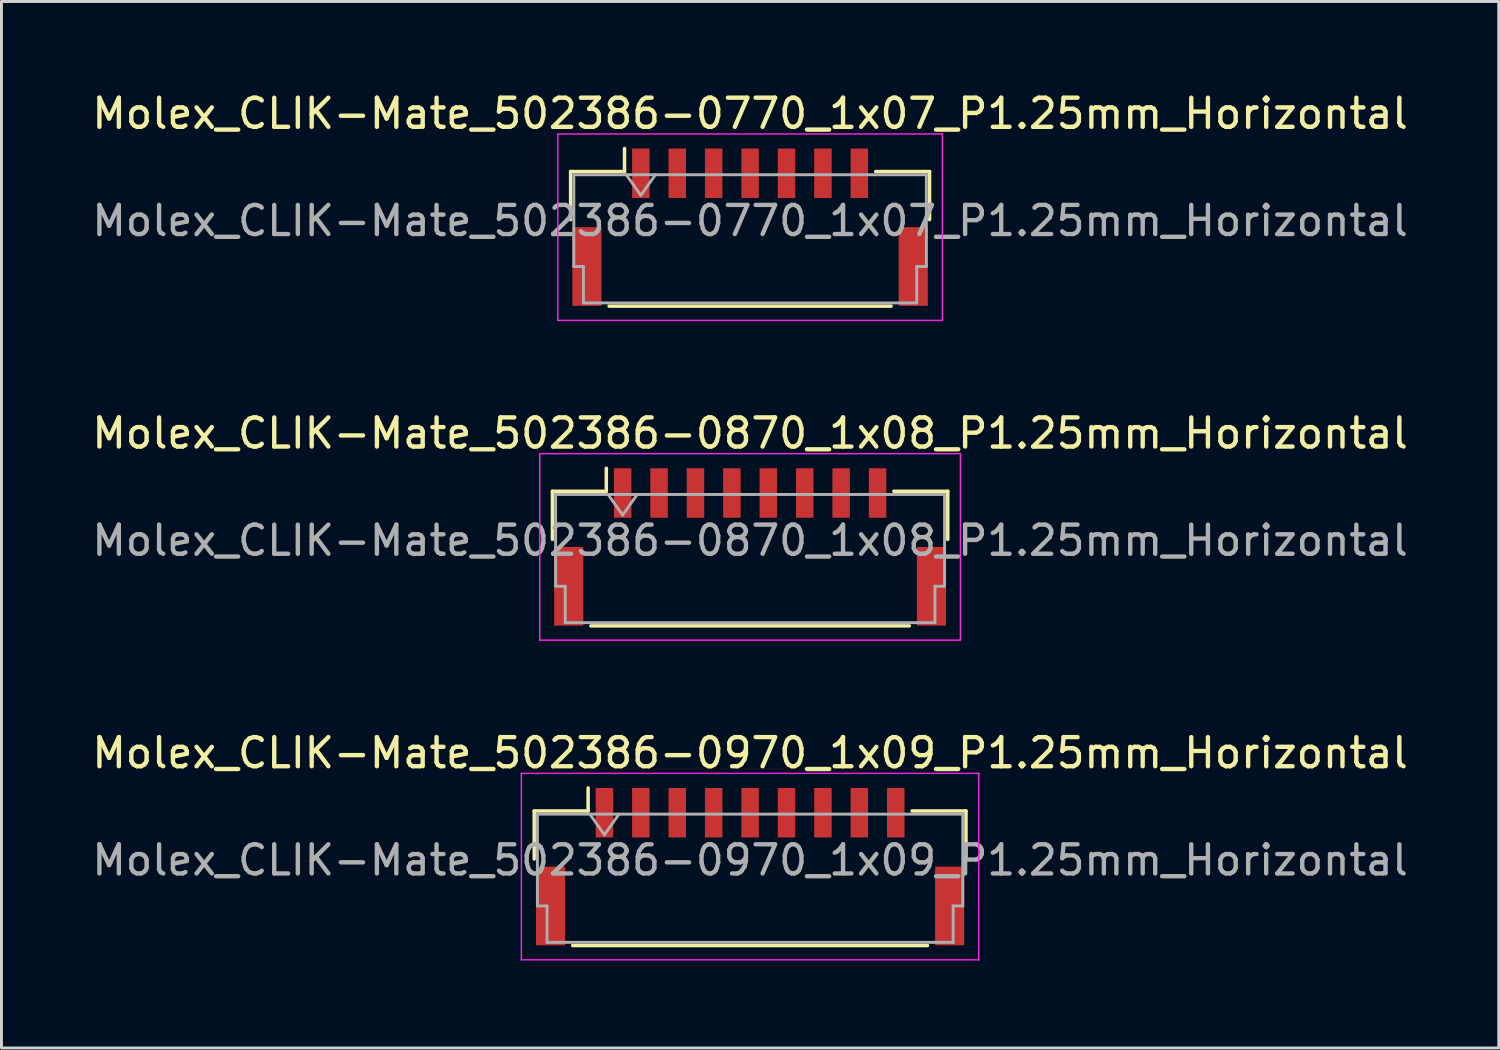
<source format=kicad_pcb>
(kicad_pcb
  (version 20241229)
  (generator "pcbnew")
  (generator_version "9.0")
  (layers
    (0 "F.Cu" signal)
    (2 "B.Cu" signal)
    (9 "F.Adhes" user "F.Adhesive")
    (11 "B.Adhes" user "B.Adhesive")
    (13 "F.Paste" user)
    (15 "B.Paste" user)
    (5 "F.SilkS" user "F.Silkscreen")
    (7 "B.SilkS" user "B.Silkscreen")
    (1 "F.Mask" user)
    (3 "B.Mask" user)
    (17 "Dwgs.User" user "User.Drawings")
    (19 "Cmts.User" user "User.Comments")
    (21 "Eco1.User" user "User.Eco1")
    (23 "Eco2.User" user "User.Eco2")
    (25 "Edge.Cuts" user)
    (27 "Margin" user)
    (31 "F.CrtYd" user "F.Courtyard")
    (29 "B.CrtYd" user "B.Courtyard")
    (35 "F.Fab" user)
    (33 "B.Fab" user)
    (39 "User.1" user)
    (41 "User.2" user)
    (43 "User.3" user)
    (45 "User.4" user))
  (footprint "Molex_CLIK-Mate_502386-0970_1x09_P1.25mm_Horizontal"
    (layer "F.Cu")
    (at 22.696 26.695)
    (property "Reference" "Molex_CLIK-Mate_502386-0970_1x09_P1.25mm_Horizontal" (at 0 -3.9 0) (layer "F.SilkS") (effects (font (size 1 1) (thickness 0.15))))
    (attr smd)
    (fp_line (start -7.41 -1.91) (end -5.56 -1.91) (stroke (width 0.12) (type solid)) (layer "F.SilkS"))
    (fp_line (start -7.41 -0.26) (end -7.41 -1.91) (stroke (width 0.12) (type solid)) (layer "F.SilkS"))
    (fp_line (start -6.09 2.71) (end 6.09 2.71) (stroke (width 0.12) (type solid)) (layer "F.SilkS"))
    (fp_line (start -5.56 -1.91) (end -5.56 -2.7) (stroke (width 0.12) (type solid)) (layer "F.SilkS"))
    (fp_line (start 7.41 -1.91) (end 5.56 -1.91) (stroke (width 0.12) (type solid)) (layer "F.SilkS"))
    (fp_line (start 7.41 -0.26) (end 7.41 -1.91) (stroke (width 0.12) (type solid)) (layer "F.SilkS"))
    (fp_line (start -7.85 -3.2) (end -7.85 3.2) (stroke (width 0.05) (type solid)) (layer "F.CrtYd"))
    (fp_line (start -7.85 3.2) (end 7.85 3.2) (stroke (width 0.05) (type solid)) (layer "F.CrtYd"))
    (fp_line (start 7.85 -3.2) (end -7.85 -3.2) (stroke (width 0.05) (type solid)) (layer "F.CrtYd"))
    (fp_line (start 7.85 3.2) (end 7.85 -3.2) (stroke (width 0.05) (type solid)) (layer "F.CrtYd"))
    (fp_line (start -7.3 -1.8) (end -7.3 1.35) (stroke (width 0.1) (type solid)) (layer "F.Fab"))
    (fp_line (start -7.3 -1.8) (end 7.3 -1.8) (stroke (width 0.1) (type solid)) (layer "F.Fab"))
    (fp_line (start -7.3 1.35) (end -6.97 1.35) (stroke (width 0.1) (type solid)) (layer "F.Fab"))
    (fp_line (start -6.97 1.35) (end -6.97 2.6) (stroke (width 0.1) (type solid)) (layer "F.Fab"))
    (fp_line (start -6.97 2.6) (end 6.97 2.6) (stroke (width 0.1) (type solid)) (layer "F.Fab"))
    (fp_line (start -5.5 -1.8) (end -5 -1.093) (stroke (width 0.1) (type solid)) (layer "F.Fab"))
    (fp_line (start -5 -1.093) (end -4.5 -1.8) (stroke (width 0.1) (type solid)) (layer "F.Fab"))
    (fp_line (start 6.97 1.35) (end 7.3 1.35) (stroke (width 0.1) (type solid)) (layer "F.Fab"))
    (fp_line (start 6.97 2.6) (end 6.97 1.35) (stroke (width 0.1) (type solid)) (layer "F.Fab"))
    (fp_line (start 7.3 -1.8) (end 7.3 1.35) (stroke (width 0.1) (type solid)) (layer "F.Fab"))
    (fp_text user "${REFERENCE}" (at 0 -0.22 0) (layer "F.Fab") (effects (font (size 1 1) (thickness 0.15))))
    (pad "" smd rect (at -6.85 1.35) (size 1 2.7) (layers "F.Cu" "F.Mask" "F.Paste"))
    (pad "" smd rect (at 6.85 1.35) (size 1 2.7) (layers "F.Cu" "F.Mask" "F.Paste"))
    (pad "1" smd rect (at -5 -1.85) (size 0.6 1.7) (layers "F.Cu" "F.Mask" "F.Paste"))
    (pad "2" smd rect (at -3.75 -1.85) (size 0.6 1.7) (layers "F.Cu" "F.Mask" "F.Paste"))
    (pad "3" smd rect (at -2.5 -1.85) (size 0.6 1.7) (layers "F.Cu" "F.Mask" "F.Paste"))
    (pad "4" smd rect (at -1.25 -1.85) (size 0.6 1.7) (layers "F.Cu" "F.Mask" "F.Paste"))
    (pad "5" smd rect (at 0 -1.85) (size 0.6 1.7) (layers "F.Cu" "F.Mask" "F.Paste"))
    (pad "6" smd rect (at 1.25 -1.85) (size 0.6 1.7) (layers "F.Cu" "F.Mask" "F.Paste"))
    (pad "7" smd rect (at 2.5 -1.85) (size 0.6 1.7) (layers "F.Cu" "F.Mask" "F.Paste"))
    (pad "8" smd rect (at 3.75 -1.85) (size 0.6 1.7) (layers "F.Cu" "F.Mask" "F.Paste"))
    (pad "9" smd rect (at 5 -1.85) (size 0.6 1.7) (layers "F.Cu" "F.Mask" "F.Paste")))
  (footprint "Molex_CLIK-Mate_502386-0770_1x07_P1.25mm_Horizontal"
    (layer "F.Cu")
    (at 22.696 4.748)
    (property "Reference" "Molex_CLIK-Mate_502386-0770_1x07_P1.25mm_Horizontal" (at 0 -3.9 0) (layer "F.SilkS") (effects (font (size 1 1) (thickness 0.15))))
    (attr smd)
    (fp_line (start -6.16 -1.91) (end -4.31 -1.91) (stroke (width 0.12) (type solid)) (layer "F.SilkS"))
    (fp_line (start -6.16 -0.26) (end -6.16 -1.91) (stroke (width 0.12) (type solid)) (layer "F.SilkS"))
    (fp_line (start -4.84 2.71) (end 4.84 2.71) (stroke (width 0.12) (type solid)) (layer "F.SilkS"))
    (fp_line (start -4.31 -1.91) (end -4.31 -2.7) (stroke (width 0.12) (type solid)) (layer "F.SilkS"))
    (fp_line (start 6.16 -1.91) (end 4.31 -1.91) (stroke (width 0.12) (type solid)) (layer "F.SilkS"))
    (fp_line (start 6.16 -0.26) (end 6.16 -1.91) (stroke (width 0.12) (type solid)) (layer "F.SilkS"))
    (fp_line (start -6.6 -3.2) (end -6.6 3.2) (stroke (width 0.05) (type solid)) (layer "F.CrtYd"))
    (fp_line (start -6.6 3.2) (end 6.6 3.2) (stroke (width 0.05) (type solid)) (layer "F.CrtYd"))
    (fp_line (start 6.6 -3.2) (end -6.6 -3.2) (stroke (width 0.05) (type solid)) (layer "F.CrtYd"))
    (fp_line (start 6.6 3.2) (end 6.6 -3.2) (stroke (width 0.05) (type solid)) (layer "F.CrtYd"))
    (fp_line (start -6.05 -1.8) (end -6.05 1.35) (stroke (width 0.1) (type solid)) (layer "F.Fab"))
    (fp_line (start -6.05 -1.8) (end 6.05 -1.8) (stroke (width 0.1) (type solid)) (layer "F.Fab"))
    (fp_line (start -6.05 1.35) (end -5.72 1.35) (stroke (width 0.1) (type solid)) (layer "F.Fab"))
    (fp_line (start -5.72 1.35) (end -5.72 2.6) (stroke (width 0.1) (type solid)) (layer "F.Fab"))
    (fp_line (start -5.72 2.6) (end 5.72 2.6) (stroke (width 0.1) (type solid)) (layer "F.Fab"))
    (fp_line (start -4.25 -1.8) (end -3.75 -1.093) (stroke (width 0.1) (type solid)) (layer "F.Fab"))
    (fp_line (start -3.75 -1.093) (end -3.25 -1.8) (stroke (width 0.1) (type solid)) (layer "F.Fab"))
    (fp_line (start 5.72 1.35) (end 6.05 1.35) (stroke (width 0.1) (type solid)) (layer "F.Fab"))
    (fp_line (start 5.72 2.6) (end 5.72 1.35) (stroke (width 0.1) (type solid)) (layer "F.Fab"))
    (fp_line (start 6.05 -1.8) (end 6.05 1.35) (stroke (width 0.1) (type solid)) (layer "F.Fab"))
    (fp_text user "${REFERENCE}" (at 0 -0.22 0) (layer "F.Fab") (effects (font (size 1 1) (thickness 0.15))))
    (pad "" smd rect (at -5.6 1.35) (size 1 2.7) (layers "F.Cu" "F.Mask" "F.Paste"))
    (pad "" smd rect (at 5.6 1.35) (size 1 2.7) (layers "F.Cu" "F.Mask" "F.Paste"))
    (pad "1" smd rect (at -3.75 -1.85) (size 0.6 1.7) (layers "F.Cu" "F.Mask" "F.Paste"))
    (pad "2" smd rect (at -2.5 -1.85) (size 0.6 1.7) (layers "F.Cu" "F.Mask" "F.Paste"))
    (pad "3" smd rect (at -1.25 -1.85) (size 0.6 1.7) (layers "F.Cu" "F.Mask" "F.Paste"))
    (pad "4" smd rect (at 0 -1.85) (size 0.6 1.7) (layers "F.Cu" "F.Mask" "F.Paste"))
    (pad "5" smd rect (at 1.25 -1.85) (size 0.6 1.7) (layers "F.Cu" "F.Mask" "F.Paste"))
    (pad "6" smd rect (at 2.5 -1.85) (size 0.6 1.7) (layers "F.Cu" "F.Mask" "F.Paste"))
    (pad "7" smd rect (at 3.75 -1.85) (size 0.6 1.7) (layers "F.Cu" "F.Mask" "F.Paste")))
  (footprint "Molex_CLIK-Mate_502386-0870_1x08_P1.25mm_Horizontal"
    (layer "F.Cu")
    (at 22.696 15.722)
    (property "Reference" "Molex_CLIK-Mate_502386-0870_1x08_P1.25mm_Horizontal" (at 0 -3.9 0) (layer "F.SilkS") (effects (font (size 1 1) (thickness 0.15))))
    (attr smd)
    (fp_line (start -6.785 -1.91) (end -4.935 -1.91) (stroke (width 0.12) (type solid)) (layer "F.SilkS"))
    (fp_line (start -6.785 -0.26) (end -6.785 -1.91) (stroke (width 0.12) (type solid)) (layer "F.SilkS"))
    (fp_line (start -5.465 2.71) (end 5.465 2.71) (stroke (width 0.12) (type solid)) (layer "F.SilkS"))
    (fp_line (start -4.935 -1.91) (end -4.935 -2.7) (stroke (width 0.12) (type solid)) (layer "F.SilkS"))
    (fp_line (start 6.785 -1.91) (end 4.935 -1.91) (stroke (width 0.12) (type solid)) (layer "F.SilkS"))
    (fp_line (start 6.785 -0.26) (end 6.785 -1.91) (stroke (width 0.12) (type solid)) (layer "F.SilkS"))
    (fp_line (start -7.22 -3.2) (end -7.22 3.2) (stroke (width 0.05) (type solid)) (layer "F.CrtYd"))
    (fp_line (start -7.22 3.2) (end 7.22 3.2) (stroke (width 0.05) (type solid)) (layer "F.CrtYd"))
    (fp_line (start 7.22 -3.2) (end -7.22 -3.2) (stroke (width 0.05) (type solid)) (layer "F.CrtYd"))
    (fp_line (start 7.22 3.2) (end 7.22 -3.2) (stroke (width 0.05) (type solid)) (layer "F.CrtYd"))
    (fp_line (start -6.675 -1.8) (end -6.675 1.35) (stroke (width 0.1) (type solid)) (layer "F.Fab"))
    (fp_line (start -6.675 -1.8) (end 6.675 -1.8) (stroke (width 0.1) (type solid)) (layer "F.Fab"))
    (fp_line (start -6.675 1.35) (end -6.345 1.35) (stroke (width 0.1) (type solid)) (layer "F.Fab"))
    (fp_line (start -6.345 1.35) (end -6.345 2.6) (stroke (width 0.1) (type solid)) (layer "F.Fab"))
    (fp_line (start -6.345 2.6) (end 6.345 2.6) (stroke (width 0.1) (type solid)) (layer "F.Fab"))
    (fp_line (start -4.875 -1.8) (end -4.375 -1.093) (stroke (width 0.1) (type solid)) (layer "F.Fab"))
    (fp_line (start -4.375 -1.093) (end -3.875 -1.8) (stroke (width 0.1) (type solid)) (layer "F.Fab"))
    (fp_line (start 6.345 1.35) (end 6.675 1.35) (stroke (width 0.1) (type solid)) (layer "F.Fab"))
    (fp_line (start 6.345 2.6) (end 6.345 1.35) (stroke (width 0.1) (type solid)) (layer "F.Fab"))
    (fp_line (start 6.675 -1.8) (end 6.675 1.35) (stroke (width 0.1) (type solid)) (layer "F.Fab"))
    (fp_text user "${REFERENCE}" (at 0 -0.22 0) (layer "F.Fab") (effects (font (size 1 1) (thickness 0.15))))
    (pad "" smd rect (at -6.225 1.35) (size 1 2.7) (layers "F.Cu" "F.Mask" "F.Paste"))
    (pad "" smd rect (at 6.225 1.35) (size 1 2.7) (layers "F.Cu" "F.Mask" "F.Paste"))
    (pad "1" smd rect (at -4.375 -1.85) (size 0.6 1.7) (layers "F.Cu" "F.Mask" "F.Paste"))
    (pad "2" smd rect (at -3.125 -1.85) (size 0.6 1.7) (layers "F.Cu" "F.Mask" "F.Paste"))
    (pad "3" smd rect (at -1.875 -1.85) (size 0.6 1.7) (layers "F.Cu" "F.Mask" "F.Paste"))
    (pad "4" smd rect (at -0.625 -1.85) (size 0.6 1.7) (layers "F.Cu" "F.Mask" "F.Paste"))
    (pad "5" smd rect (at 0.625 -1.85) (size 0.6 1.7) (layers "F.Cu" "F.Mask" "F.Paste"))
    (pad "6" smd rect (at 1.875 -1.85) (size 0.6 1.7) (layers "F.Cu" "F.Mask" "F.Paste"))
    (pad "7" smd rect (at 3.125 -1.85) (size 0.6 1.7) (layers "F.Cu" "F.Mask" "F.Paste"))
    (pad "8" smd rect (at 4.375 -1.85) (size 0.6 1.7) (layers "F.Cu" "F.Mask" "F.Paste")))
  (gr_rect
    (start -3 -3)
    (end 48.393 32.92)
    (stroke (width 0.1) (type default))
    (fill no)
    (layer "Edge.Cuts")))
</source>
